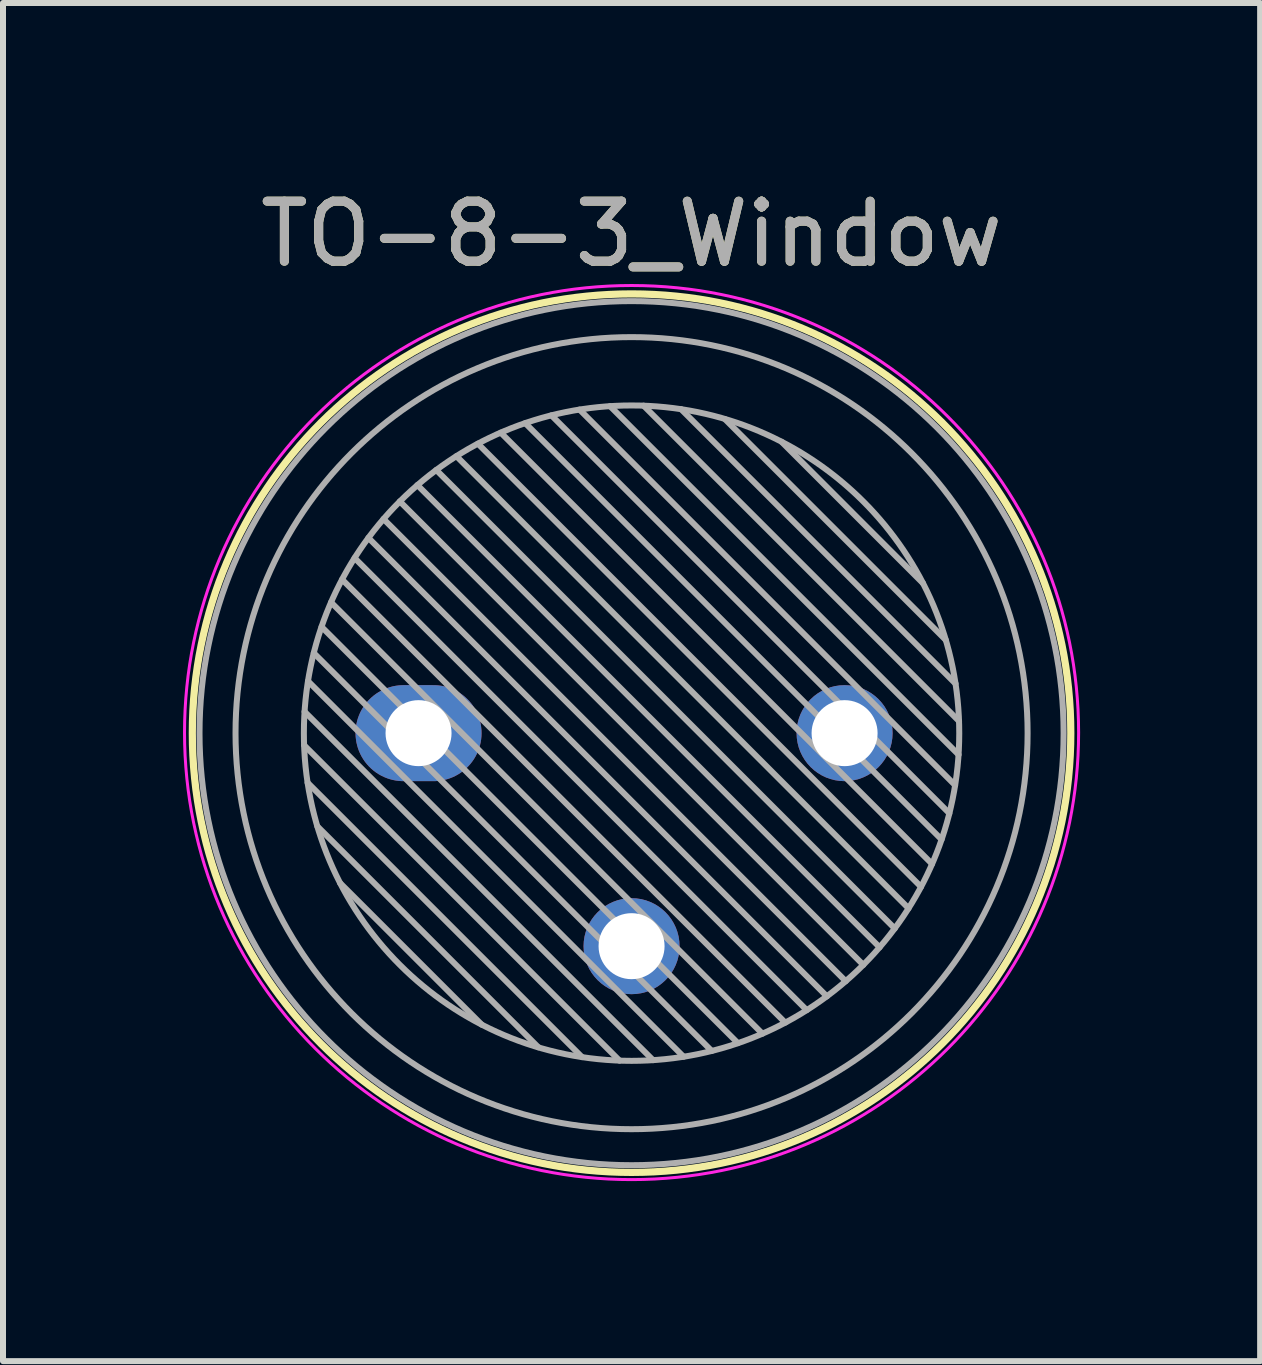
<source format=kicad_pcb>
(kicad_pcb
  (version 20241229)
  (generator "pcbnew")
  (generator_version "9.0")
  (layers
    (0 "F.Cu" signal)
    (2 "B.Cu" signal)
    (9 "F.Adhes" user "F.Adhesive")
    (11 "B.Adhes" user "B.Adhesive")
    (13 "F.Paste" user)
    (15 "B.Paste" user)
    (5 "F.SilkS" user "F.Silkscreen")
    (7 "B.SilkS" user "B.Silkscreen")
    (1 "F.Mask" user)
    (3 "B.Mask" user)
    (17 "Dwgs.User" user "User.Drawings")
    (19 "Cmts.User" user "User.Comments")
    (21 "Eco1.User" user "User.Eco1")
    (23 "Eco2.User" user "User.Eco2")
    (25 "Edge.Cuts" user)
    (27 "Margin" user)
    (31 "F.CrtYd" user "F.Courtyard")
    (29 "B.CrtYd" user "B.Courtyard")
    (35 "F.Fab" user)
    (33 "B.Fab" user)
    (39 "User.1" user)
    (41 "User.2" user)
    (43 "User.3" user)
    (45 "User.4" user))
  (footprint "TO-8-3_Window"
    (layer "F.Cu")
    (at 3.925 9.168)
    (property "Reference" "TO-8-3_Window" (at 3.55 -8.32 0) (layer "F.SilkS") (effects (font (size 1 1) (thickness 0.15))))
    (attr through_hole)
    (fp_circle (center 3.55 0) (end 10.87 0) (stroke (width 0.12) (type solid)) (fill no) (layer "F.SilkS"))
    (fp_circle (center 3.55 -0.01) (end 11 -0.01) (stroke (width 0.05) (type solid)) (fill no) (layer "F.CrtYd"))
    (fp_line (start -1.908 0.2) (end 3.35 5.458) (stroke (width 0.1) (type solid)) (layer "F.Fab"))
    (fp_line (start -1.9 -0.359) (end 3.909 5.45) (stroke (width 0.1) (type solid)) (layer "F.Fab"))
    (fp_line (start -1.849 0.825) (end 2.725 5.399) (stroke (width 0.1) (type solid)) (layer "F.Fab"))
    (fp_line (start -1.842 -0.867) (end 4.417 5.392) (stroke (width 0.1) (type solid)) (layer "F.Fab"))
    (fp_line (start -1.746 -1.336) (end 4.886 5.296) (stroke (width 0.1) (type solid)) (layer "F.Fab"))
    (fp_line (start -1.686 1.553) (end 1.997 5.236) (stroke (width 0.1) (type solid)) (layer "F.Fab"))
    (fp_line (start -1.616 -1.772) (end 5.322 5.166) (stroke (width 0.1) (type solid)) (layer "F.Fab"))
    (fp_line (start -1.458 -2.18) (end 5.73 5.008) (stroke (width 0.1) (type solid)) (layer "F.Fab"))
    (fp_line (start -1.307 2.498) (end 1.052 4.857) (stroke (width 0.1) (type solid)) (layer "F.Fab"))
    (fp_line (start -1.274 -2.561) (end 6.111 4.824) (stroke (width 0.1) (type solid)) (layer "F.Fab"))
    (fp_line (start -1.066 -2.919) (end 6.469 4.616) (stroke (width 0.1) (type solid)) (layer "F.Fab"))
    (fp_line (start -0.836 -3.255) (end 6.805 4.386) (stroke (width 0.1) (type solid)) (layer "F.Fab"))
    (fp_line (start -0.584 -3.569) (end 7.119 4.134) (stroke (width 0.1) (type solid)) (layer "F.Fab"))
    (fp_line (start -0.312 -3.862) (end 7.412 3.862) (stroke (width 0.1) (type solid)) (layer "F.Fab"))
    (fp_line (start -0.019 -4.134) (end 7.684 3.569) (stroke (width 0.1) (type solid)) (layer "F.Fab"))
    (fp_line (start 0.295 -4.386) (end 7.936 3.255) (stroke (width 0.1) (type solid)) (layer "F.Fab"))
    (fp_line (start 0.631 -4.616) (end 8.166 2.919) (stroke (width 0.1) (type solid)) (layer "F.Fab"))
    (fp_line (start 0.989 -4.824) (end 8.374 2.561) (stroke (width 0.1) (type solid)) (layer "F.Fab"))
    (fp_line (start 1.37 -5.008) (end 8.558 2.18) (stroke (width 0.1) (type solid)) (layer "F.Fab"))
    (fp_line (start 1.778 -5.166) (end 8.716 1.772) (stroke (width 0.1) (type solid)) (layer "F.Fab"))
    (fp_line (start 2.214 -5.296) (end 8.846 1.336) (stroke (width 0.1) (type solid)) (layer "F.Fab"))
    (fp_line (start 2.683 -5.392) (end 8.942 0.867) (stroke (width 0.1) (type solid)) (layer "F.Fab"))
    (fp_line (start 3.191 -5.45) (end 9 0.359) (stroke (width 0.1) (type solid)) (layer "F.Fab"))
    (fp_line (start 3.75 -5.458) (end 9.008 -0.2) (stroke (width 0.1) (type solid)) (layer "F.Fab"))
    (fp_line (start 4.375 -5.399) (end 8.949 -0.825) (stroke (width 0.1) (type solid)) (layer "F.Fab"))
    (fp_line (start 5.103 -5.236) (end 8.786 -1.553) (stroke (width 0.1) (type solid)) (layer "F.Fab"))
    (fp_line (start 6.048 -4.857) (end 8.407 -2.498) (stroke (width 0.1) (type solid)) (layer "F.Fab"))
    (fp_circle (center 3.55 0) (end 9.011 0) (stroke (width 0.1) (type solid)) (fill no) (layer "F.Fab"))
    (fp_circle (center 3.55 0) (end 10.15 0) (stroke (width 0.1) (type solid)) (fill no) (layer "F.Fab"))
    (fp_circle (center 3.55 0) (end 10.75 0) (stroke (width 0.1) (type solid)) (fill no) (layer "F.Fab"))
    (fp_text user "${REFERENCE}" (at 3.55 -8.32 0) (layer "F.Fab") (effects (font (size 1 1) (thickness 0.15))))
    (pad "1" thru_hole oval (at 0 0) (size 2.1 1.6) (drill 1.1) (layers "*.Cu" "*.Mask"))
    (pad "2" thru_hole oval (at 3.55 3.55) (size 1.6 1.6) (drill 1.1) (layers "*.Cu" "*.Mask"))
    (pad "3" thru_hole oval (at 7.1 0) (size 1.6 1.6) (drill 1.1) (layers "*.Cu" "*.Mask")))
  (gr_rect
    (start -3 -3)
    (end 17.95 19.633)
    (stroke (width 0.1) (type default))
    (fill no)
    (layer "Edge.Cuts")))
</source>
